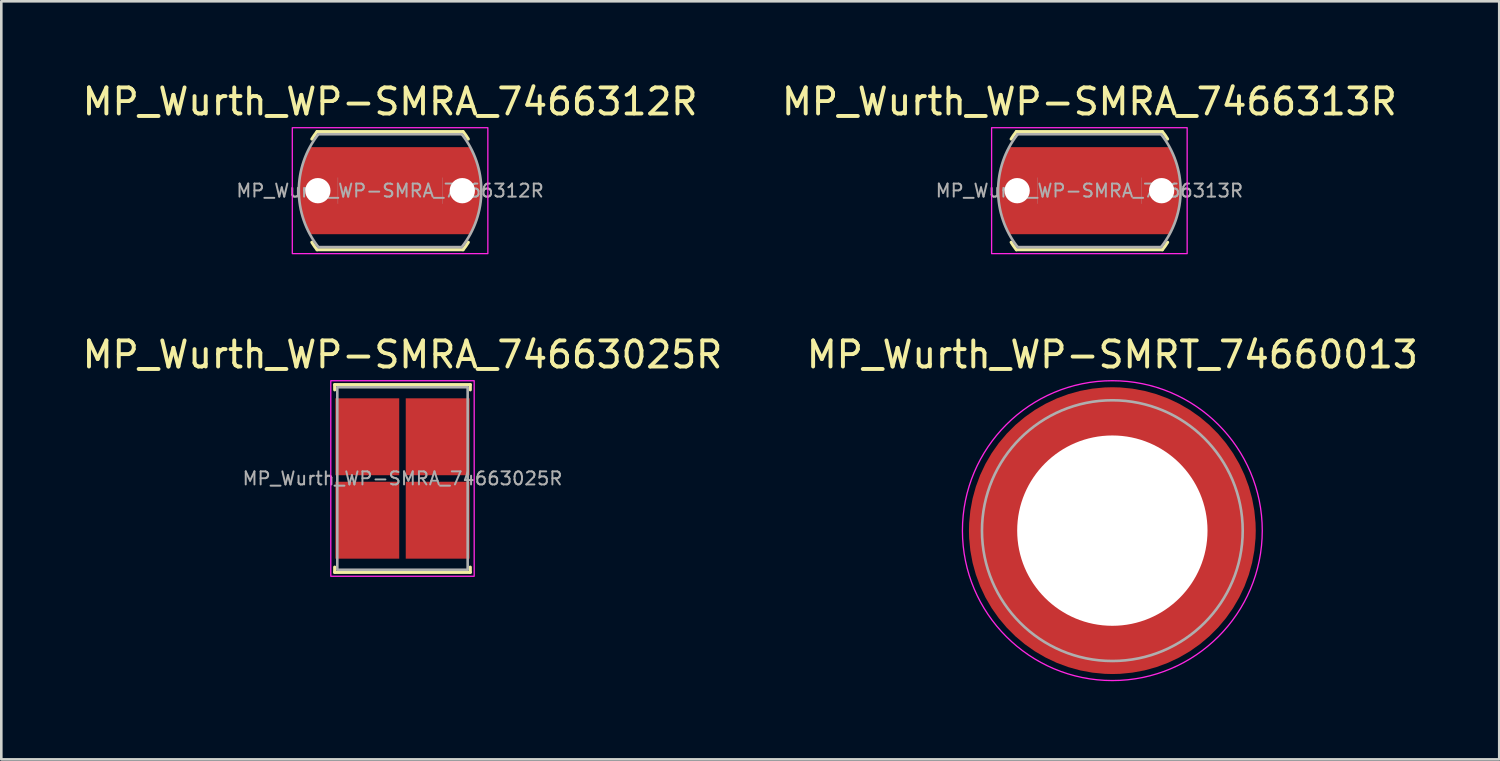
<source format=kicad_pcb>
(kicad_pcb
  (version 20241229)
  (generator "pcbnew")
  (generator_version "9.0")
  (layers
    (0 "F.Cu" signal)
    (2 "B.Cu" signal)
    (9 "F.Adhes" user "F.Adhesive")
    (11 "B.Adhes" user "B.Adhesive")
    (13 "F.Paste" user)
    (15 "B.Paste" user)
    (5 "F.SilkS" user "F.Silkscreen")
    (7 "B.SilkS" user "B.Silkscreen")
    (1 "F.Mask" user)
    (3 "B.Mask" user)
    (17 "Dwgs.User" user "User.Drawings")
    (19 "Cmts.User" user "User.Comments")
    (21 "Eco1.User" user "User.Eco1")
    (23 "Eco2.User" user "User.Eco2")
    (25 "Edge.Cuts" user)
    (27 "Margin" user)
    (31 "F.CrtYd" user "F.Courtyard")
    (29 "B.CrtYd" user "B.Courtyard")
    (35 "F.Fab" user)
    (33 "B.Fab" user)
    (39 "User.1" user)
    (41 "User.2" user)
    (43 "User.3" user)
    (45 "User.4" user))
  (footprint "MP_Wurth_WP-SMRT_74660013"
    (layer "F.Cu")
    (at 39.613 17.302)
    (property "Reference" "MP_Wurth_WP-SMRT_74660013" (at 0 -6.75 0) (unlocked yes) (layer "F.SilkS") (effects (font (size 1 1) (thickness 0.15))))
    (attr smd)
    (fp_poly (pts (xy -5.374 0.495) (xy -3.712 0.495) (xy -3.706 0.54) (xy -3.698 0.587) (xy -3.679 0.701) (xy -3.666 0.761) (xy -3.645 0.859) (xy -3.621 0.955) (xy -3.581 1.094) (xy -3.554 1.179) (xy -3.525 1.264) (xy -3.486 1.367) (xy -3.442 1.474) (xy -3.404 1.559) (xy -3.355 1.665) (xy -3.317 1.739) (xy -3.28 1.807) (xy -3.239 1.881) (xy -3.202 1.943) (xy -3.15 2.025) (xy -3.1 2.1) (xy -3.057 2.164) (xy -3.009 2.228) (xy -3.009 2.228) (xy -2.974 2.277) (xy -2.928 2.336) (xy -2.881 2.392) (xy -2.832 2.451) (xy -2.781 2.507) (xy -2.735 2.559) (xy -2.685 2.61) (xy -2.629 2.665) (xy -2.563 2.731) (xy -2.498 2.789) (xy -2.431 2.849) (xy -2.363 2.905) (xy -2.295 2.96) (xy -2.249 2.994) (xy -2.184 3.042) (xy -2.075 3.118) (xy -2.005 3.162) (xy -2.005 3.162) (xy -1.946 3.201) (xy -1.869 3.245) (xy -1.752 3.31) (xy -1.596 3.386) (xy -1.406 3.472) (xy -1.17 3.557) (xy -0.924 3.63) (xy -0.71 3.677) (xy -0.614 3.694) (xy -0.495 3.712) (xy -0.495 5.381) (xy -0.527 5.38) (xy -0.528 5.38) (xy -0.578 5.374) (xy -0.634 5.367) (xy -0.685 5.361) (xy -0.739 5.354) (xy -0.785 5.348) (xy -0.785 5.348) (xy -0.962 5.318) (xy -0.962 5.318) (xy -1.127 5.286) (xy -1.127 5.286) (xy -1.266 5.254) (xy -1.41 5.218) (xy -1.41 5.218) (xy -1.523 5.186) (xy -1.524 5.186) (xy -1.769 5.107) (xy -1.769 5.107) (xy -1.878 5.068) (xy -1.979 5.03) (xy -1.979 5.03) (xy -2.095 4.983) (xy -2.095 4.983) (xy -2.19 4.94) (xy -2.304 4.891) (xy -2.304 4.89) (xy -2.592 4.743) (xy -2.593 4.743) (xy -2.748 4.652) (xy -2.902 4.559) (xy -2.902 4.559) (xy -3.098 4.43) (xy -3.098 4.43) (xy -3.513 4.104) (xy -3.513 4.104) (xy -3.72 3.923) (xy -3.721 3.922) (xy -4.008 3.627) (xy -4.008 3.627) (xy -4.192 3.411) (xy -4.192 3.411) (xy -4.38 3.172) (xy -4.38 3.172) (xy -4.602 2.839) (xy -4.602 2.838) (xy -4.778 2.531) (xy -4.778 2.531) (xy -4.905 2.271) (xy -4.906 2.271) (xy -5.048 1.942) (xy -5.048 1.942) (xy -5.146 1.662) (xy -5.146 1.661) (xy -5.221 1.405) (xy -5.221 1.405) (xy -5.263 1.233) (xy -5.263 1.233) (xy -5.292 1.1) (xy -5.292 1.1) (xy -5.322 0.945) (xy -5.343 0.834) (xy -5.343 0.834) (xy -5.355 0.725) (xy -5.371 0.616) (xy -5.371 0.615) (xy -5.378 0.537) (xy -5.383 0.49)) (stroke (width 0) (type default)) (fill yes) (layer "F.Paste"))
    (fp_poly (pts (xy -0.495 -5.374) (xy -0.495 -3.712) (xy -0.54 -3.706) (xy -0.587 -3.698) (xy -0.701 -3.679) (xy -0.761 -3.666) (xy -0.859 -3.645) (xy -0.955 -3.621) (xy -1.094 -3.581) (xy -1.179 -3.554) (xy -1.264 -3.525) (xy -1.367 -3.486) (xy -1.474 -3.442) (xy -1.559 -3.404) (xy -1.665 -3.355) (xy -1.739 -3.317) (xy -1.807 -3.28) (xy -1.881 -3.239) (xy -1.943 -3.202) (xy -2.025 -3.15) (xy -2.1 -3.1) (xy -2.164 -3.057) (xy -2.228 -3.009) (xy -2.228 -3.009) (xy -2.277 -2.974) (xy -2.336 -2.928) (xy -2.392 -2.881) (xy -2.451 -2.832) (xy -2.507 -2.781) (xy -2.559 -2.735) (xy -2.61 -2.685) (xy -2.665 -2.629) (xy -2.731 -2.563) (xy -2.789 -2.498) (xy -2.849 -2.431) (xy -2.905 -2.363) (xy -2.96 -2.295) (xy -2.994 -2.249) (xy -3.042 -2.184) (xy -3.118 -2.075) (xy -3.162 -2.005) (xy -3.162 -2.005) (xy -3.201 -1.946) (xy -3.245 -1.869) (xy -3.31 -1.752) (xy -3.386 -1.596) (xy -3.472 -1.406) (xy -3.557 -1.17) (xy -3.63 -0.924) (xy -3.677 -0.71) (xy -3.694 -0.614) (xy -3.712 -0.495) (xy -5.381 -0.495) (xy -5.38 -0.527) (xy -5.38 -0.528) (xy -5.374 -0.578) (xy -5.367 -0.634) (xy -5.361 -0.685) (xy -5.354 -0.739) (xy -5.348 -0.785) (xy -5.348 -0.785) (xy -5.318 -0.962) (xy -5.318 -0.962) (xy -5.286 -1.127) (xy -5.286 -1.127) (xy -5.254 -1.266) (xy -5.218 -1.41) (xy -5.218 -1.41) (xy -5.186 -1.523) (xy -5.186 -1.524) (xy -5.107 -1.769) (xy -5.107 -1.769) (xy -5.068 -1.878) (xy -5.03 -1.979) (xy -5.03 -1.979) (xy -4.983 -2.095) (xy -4.983 -2.095) (xy -4.94 -2.19) (xy -4.891 -2.304) (xy -4.89 -2.304) (xy -4.743 -2.592) (xy -4.743 -2.593) (xy -4.652 -2.748) (xy -4.559 -2.902) (xy -4.559 -2.902) (xy -4.43 -3.098) (xy -4.43 -3.098) (xy -4.104 -3.513) (xy -4.104 -3.513) (xy -3.923 -3.72) (xy -3.922 -3.721) (xy -3.627 -4.008) (xy -3.627 -4.008) (xy -3.411 -4.192) (xy -3.411 -4.192) (xy -3.172 -4.38) (xy -3.172 -4.38) (xy -2.839 -4.602) (xy -2.838 -4.602) (xy -2.531 -4.778) (xy -2.531 -4.778) (xy -2.271 -4.905) (xy -2.271 -4.906) (xy -1.942 -5.048) (xy -1.942 -5.048) (xy -1.662 -5.146) (xy -1.661 -5.146) (xy -1.405 -5.221) (xy -1.405 -5.221) (xy -1.233 -5.263) (xy -1.233 -5.263) (xy -1.1 -5.292) (xy -1.1 -5.292) (xy -0.945 -5.322) (xy -0.834 -5.343) (xy -0.834 -5.343) (xy -0.725 -5.355) (xy -0.616 -5.371) (xy -0.615 -5.371) (xy -0.537 -5.378) (xy -0.49 -5.383)) (stroke (width 0) (type default)) (fill yes) (layer "F.Paste"))
    (fp_poly (pts (xy 0.527 -5.38) (xy 0.528 -5.38) (xy 0.578 -5.374) (xy 0.634 -5.367) (xy 0.685 -5.361) (xy 0.739 -5.354) (xy 0.785 -5.348) (xy 0.785 -5.348) (xy 0.962 -5.318) (xy 0.962 -5.318) (xy 1.127 -5.286) (xy 1.127 -5.286) (xy 1.266 -5.254) (xy 1.41 -5.218) (xy 1.41 -5.218) (xy 1.523 -5.186) (xy 1.524 -5.186) (xy 1.769 -5.107) (xy 1.769 -5.107) (xy 1.878 -5.068) (xy 1.979 -5.03) (xy 1.979 -5.03) (xy 2.095 -4.983) (xy 2.095 -4.983) (xy 2.19 -4.94) (xy 2.304 -4.891) (xy 2.304 -4.89) (xy 2.592 -4.743) (xy 2.593 -4.743) (xy 2.748 -4.652) (xy 2.902 -4.559) (xy 2.902 -4.559) (xy 3.098 -4.43) (xy 3.098 -4.43) (xy 3.513 -4.104) (xy 3.513 -4.104) (xy 3.72 -3.923) (xy 3.721 -3.922) (xy 4.008 -3.627) (xy 4.008 -3.627) (xy 4.192 -3.411) (xy 4.192 -3.411) (xy 4.38 -3.172) (xy 4.38 -3.172) (xy 4.602 -2.839) (xy 4.602 -2.838) (xy 4.778 -2.531) (xy 4.778 -2.531) (xy 4.905 -2.271) (xy 4.906 -2.271) (xy 5.048 -1.942) (xy 5.048 -1.942) (xy 5.146 -1.662) (xy 5.146 -1.661) (xy 5.221 -1.405) (xy 5.221 -1.405) (xy 5.263 -1.233) (xy 5.263 -1.233) (xy 5.292 -1.1) (xy 5.292 -1.1) (xy 5.322 -0.945) (xy 5.343 -0.834) (xy 5.343 -0.834) (xy 5.355 -0.725) (xy 5.371 -0.616) (xy 5.371 -0.615) (xy 5.378 -0.537) (xy 5.383 -0.49) (xy 5.374 -0.495) (xy 3.712 -0.495) (xy 3.706 -0.54) (xy 3.698 -0.587) (xy 3.679 -0.701) (xy 3.666 -0.761) (xy 3.645 -0.859) (xy 3.621 -0.955) (xy 3.581 -1.094) (xy 3.554 -1.179) (xy 3.525 -1.264) (xy 3.486 -1.367) (xy 3.442 -1.474) (xy 3.404 -1.559) (xy 3.355 -1.665) (xy 3.317 -1.739) (xy 3.28 -1.807) (xy 3.239 -1.881) (xy 3.202 -1.943) (xy 3.15 -2.025) (xy 3.1 -2.1) (xy 3.057 -2.164) (xy 3.009 -2.228) (xy 3.009 -2.228) (xy 2.974 -2.277) (xy 2.928 -2.336) (xy 2.881 -2.392) (xy 2.832 -2.451) (xy 2.781 -2.507) (xy 2.735 -2.559) (xy 2.685 -2.61) (xy 2.629 -2.665) (xy 2.563 -2.731) (xy 2.498 -2.789) (xy 2.431 -2.849) (xy 2.363 -2.905) (xy 2.295 -2.96) (xy 2.249 -2.994) (xy 2.184 -3.042) (xy 2.075 -3.118) (xy 2.005 -3.162) (xy 2.005 -3.162) (xy 1.946 -3.201) (xy 1.869 -3.245) (xy 1.752 -3.31) (xy 1.596 -3.386) (xy 1.406 -3.472) (xy 1.17 -3.557) (xy 0.924 -3.63) (xy 0.71 -3.677) (xy 0.614 -3.694) (xy 0.495 -3.712) (xy 0.495 -5.381)) (stroke (width 0) (type default)) (fill yes) (layer "F.Paste"))
    (fp_poly (pts (xy 5.38 0.527) (xy 5.38 0.528) (xy 5.374 0.578) (xy 5.367 0.634) (xy 5.361 0.685) (xy 5.354 0.739) (xy 5.348 0.785) (xy 5.348 0.785) (xy 5.318 0.962) (xy 5.318 0.962) (xy 5.286 1.127) (xy 5.286 1.127) (xy 5.254 1.266) (xy 5.218 1.41) (xy 5.218 1.41) (xy 5.186 1.523) (xy 5.186 1.524) (xy 5.107 1.769) (xy 5.107 1.769) (xy 5.068 1.878) (xy 5.03 1.979) (xy 5.03 1.979) (xy 4.983 2.095) (xy 4.983 2.095) (xy 4.94 2.19) (xy 4.891 2.304) (xy 4.89 2.304) (xy 4.743 2.592) (xy 4.743 2.593) (xy 4.652 2.748) (xy 4.559 2.902) (xy 4.559 2.902) (xy 4.43 3.098) (xy 4.43 3.098) (xy 4.104 3.513) (xy 4.104 3.513) (xy 3.923 3.72) (xy 3.922 3.721) (xy 3.627 4.008) (xy 3.627 4.008) (xy 3.411 4.192) (xy 3.411 4.192) (xy 3.172 4.38) (xy 3.172 4.38) (xy 2.839 4.602) (xy 2.838 4.602) (xy 2.531 4.778) (xy 2.531 4.778) (xy 2.271 4.905) (xy 2.271 4.906) (xy 1.942 5.048) (xy 1.942 5.048) (xy 1.662 5.146) (xy 1.661 5.146) (xy 1.405 5.221) (xy 1.405 5.221) (xy 1.233 5.263) (xy 1.233 5.263) (xy 1.1 5.292) (xy 1.1 5.292) (xy 0.945 5.322) (xy 0.834 5.343) (xy 0.834 5.343) (xy 0.725 5.355) (xy 0.616 5.371) (xy 0.615 5.371) (xy 0.537 5.378) (xy 0.49 5.383) (xy 0.495 5.374) (xy 0.495 3.712) (xy 0.54 3.706) (xy 0.587 3.698) (xy 0.701 3.679) (xy 0.761 3.666) (xy 0.859 3.645) (xy 0.955 3.621) (xy 1.094 3.581) (xy 1.179 3.554) (xy 1.264 3.525) (xy 1.367 3.486) (xy 1.474 3.442) (xy 1.559 3.404) (xy 1.665 3.355) (xy 1.739 3.317) (xy 1.807 3.28) (xy 1.881 3.239) (xy 1.943 3.202) (xy 2.025 3.15) (xy 2.1 3.1) (xy 2.164 3.057) (xy 2.228 3.009) (xy 2.228 3.009) (xy 2.277 2.974) (xy 2.336 2.928) (xy 2.392 2.881) (xy 2.451 2.832) (xy 2.507 2.781) (xy 2.559 2.735) (xy 2.61 2.685) (xy 2.665 2.629) (xy 2.731 2.563) (xy 2.789 2.498) (xy 2.849 2.431) (xy 2.905 2.363) (xy 2.96 2.295) (xy 2.994 2.249) (xy 3.042 2.184) (xy 3.118 2.075) (xy 3.162 2.005) (xy 3.162 2.005) (xy 3.201 1.946) (xy 3.245 1.869) (xy 3.31 1.752) (xy 3.386 1.596) (xy 3.472 1.406) (xy 3.557 1.17) (xy 3.63 0.924) (xy 3.677 0.71) (xy 3.694 0.614) (xy 3.712 0.495) (xy 5.381 0.495)) (stroke (width 0) (type default)) (fill yes) (layer "F.Paste"))
    (fp_circle (center 0 0) (end 5.75 0) (stroke (width 0.05) (type solid)) (fill no) (layer "F.CrtYd"))
    (fp_circle (center 0 0) (end 5 0) (stroke (width 0.1) (type solid)) (fill no) (layer "F.Fab"))
    (pad "" np_thru_hole circle (at 0 0) (size 7.3 7.3) (drill 7.3) (layers "*.Cu" "*.Mask"))
    (pad "1" smd roundrect (at 0 0) (size 11 11) (layers "F.Cu" "F.Mask") (roundrect_rratio 0.5)))
  (footprint "MP_Wurth_WP-SMRA_7466312R"
    (layer "F.Cu")
    (at 11.911 4.263)
    (property "Reference" "MP_Wurth_WP-SMRA_7466312R" (at 0 -3.415 0) (unlocked yes) (layer "F.SilkS") (effects (font (size 1 1) (thickness 0.15))))
    (attr smd)
    (fp_poly (pts (xy 3.249 -1.319) (xy 3.249 -1.318) (xy 3.374 -0.953) (xy 3.374 -0.953) (xy 3.458 -0.577) (xy 3.459 -0.576) (xy 3.501 -0.193) (xy 3.501 -0.193) (xy 3.501 0.193) (xy 3.501 0.193) (xy 3.459 0.576) (xy 3.458 0.577) (xy 3.374 0.953) (xy 3.374 0.953) (xy 3.249 1.318) (xy 3.249 1.319) (xy 3.083 1.67) (xy -3.083 1.67) (xy -3.374 0.953) (xy -3.458 0.577) (xy -3.459 0.576) (xy -3.501 0.193) (xy -3.501 0.193) (xy -3.501 -0.193) (xy -3.501 -0.193) (xy -3.459 -0.576) (xy -3.458 -0.577) (xy -3.374 -0.953) (xy -3.374 -0.953) (xy -3.249 -1.318) (xy -3.249 -1.319) (xy -3.083 -1.67) (xy 3.083 -1.67)) (stroke (width 0) (type default)) (fill yes) (layer "F.Cu"))
    (fp_poly (pts (xy 3.438 -1.091) (xy 3.532 -0.734) (xy 3.532 -0.733) (xy 3.588 -0.369) (xy 3.588 -0.369) (xy 3.607 -0.000256) (xy 3.607 0.000256) (xy 3.588 0.369) (xy 3.588 0.369) (xy 3.532 0.733) (xy 3.532 0.734) (xy 3.438 1.091) (xy 3.438 1.091) (xy 3.309 1.436) (xy 3.308 1.437) (xy 3.143 1.77) (xy -3.143 1.77) (xy -3.438 1.091) (xy -3.532 0.734) (xy -3.532 0.733) (xy -3.588 0.369) (xy -3.588 0.369) (xy -3.607 0.000256) (xy -3.607 -0.000256) (xy -3.588 -0.369) (xy -3.588 -0.369) (xy -3.532 -0.733) (xy -3.532 -0.734) (xy -3.438 -1.091) (xy -3.438 -1.091) (xy -3.309 -1.436) (xy -3.308 -1.437) (xy -3.143 -1.77) (xy 3.143 -1.77)) (stroke (width 0) (type default)) (fill yes) (layer "F.Mask"))
    (fp_line (start -2.8 -2.265) (end 2.795 -2.265) (stroke (width 0.12) (type solid)) (layer "F.SilkS"))
    (fp_line (start -2.8 2.265) (end 2.795 2.265) (stroke (width 0.12) (type solid)) (layer "F.SilkS"))
    (fp_arc (start -3 -1.98) (mid -2.904656 -2.125767) (end -2.8 -2.265) (stroke (width 0.12) (type solid)) (layer "F.SilkS"))
    (fp_arc (start -2.8 2.265) (mid -2.904971 2.125988) (end -3 1.98) (stroke (width 0.12) (type solid)) (layer "F.SilkS"))
    (fp_arc (start 2.8 -2.265) (mid 2.904971 -2.125988) (end 3 -1.98) (stroke (width 0.12) (type solid)) (layer "F.SilkS"))
    (fp_arc (start 3 1.98) (mid 2.904656 2.125767) (end 2.8 2.265) (stroke (width 0.12) (type solid)) (layer "F.SilkS"))
    (fp_poly (pts (xy 3.362 -0.995) (xy 2.005 -0.995) (xy 2.005 -0.495) (xy -2.005 -0.495) (xy -2.005 -0.995) (xy -3.362 -0.995) (xy -3.239 -1.341) (xy -3.239 -1.342) (xy -3.083 -1.67) (xy 3.083 -1.67)) (stroke (width 0) (type default)) (fill yes) (layer "F.Paste"))
    (fp_poly (pts (xy 2.005 0.995) (xy 3.362 0.995) (xy 3.239 1.341) (xy 3.239 1.342) (xy 3.083 1.67) (xy -3.083 1.67) (xy -3.239 1.342) (xy -3.239 1.341) (xy -3.362 0.995) (xy -2.005 0.995) (xy -2.005 0.495) (xy 2.005 0.495)) (stroke (width 0) (type default)) (fill yes) (layer "F.Paste"))
    (fp_rect (start -3.75 -2.415) (end 3.75 2.415) (stroke (width 0.05) (type solid)) (fill no) (layer "F.CrtYd"))
    (fp_line (start -2.75 -2.165) (end 2.75 -2.165) (stroke (width 0.1) (type solid)) (layer "F.Fab"))
    (fp_line (start -2 -0.5) (end -2 0.5) (stroke (width 0.01) (type solid)) (layer "F.Fab"))
    (fp_line (start 2 -0.5) (end 2 0.5) (stroke (width 0.01) (type solid)) (layer "F.Fab"))
    (fp_line (start 2.75 2.165) (end -2.75 2.165) (stroke (width 0.1) (type solid)) (layer "F.Fab"))
    (fp_arc (start -2.75 2.165) (mid -3.499961 0) (end -2.75 -2.165) (stroke (width 0.1) (type solid)) (layer "F.Fab"))
    (fp_arc (start 2.75 -2.165) (mid 3.499961 0) (end 2.75 2.165) (stroke (width 0.1) (type solid)) (layer "F.Fab"))
    (fp_text user "${REFERENCE}" (at 0 0 0) (unlocked yes) (layer "F.Fab") (effects (font (size 0.5 0.5) (thickness 0.075))))
    (pad "" np_thru_hole circle (at -2.77 0) (size 0.97 0.97) (drill 0.97) (layers "*.Cu" "*.Mask"))
    (pad "" np_thru_hole circle (at 2.77 0) (size 0.97 0.97) (drill 0.97) (layers "*.Cu" "*.Mask"))
    (pad "1" smd rect (at 0 0) (size 3 3) (layers "F.Cu")))
  (footprint "MP_Wurth_WP-SMRA_7466313R"
    (layer "F.Cu")
    (at 38.732 4.263)
    (property "Reference" "MP_Wurth_WP-SMRA_7466313R" (at 0 -3.415 0) (unlocked yes) (layer "F.SilkS") (effects (font (size 1 1) (thickness 0.15))))
    (attr smd)
    (fp_poly (pts (xy 3.249 -1.319) (xy 3.249 -1.318) (xy 3.374 -0.953) (xy 3.374 -0.953) (xy 3.458 -0.577) (xy 3.459 -0.576) (xy 3.501 -0.193) (xy 3.501 -0.193) (xy 3.501 0.193) (xy 3.501 0.193) (xy 3.459 0.576) (xy 3.458 0.577) (xy 3.374 0.953) (xy 3.374 0.953) (xy 3.249 1.318) (xy 3.249 1.319) (xy 3.083 1.67) (xy -3.083 1.67) (xy -3.374 0.953) (xy -3.458 0.577) (xy -3.459 0.576) (xy -3.501 0.193) (xy -3.501 0.193) (xy -3.501 -0.193) (xy -3.501 -0.193) (xy -3.459 -0.576) (xy -3.458 -0.577) (xy -3.374 -0.953) (xy -3.374 -0.953) (xy -3.249 -1.318) (xy -3.249 -1.319) (xy -3.083 -1.67) (xy 3.083 -1.67)) (stroke (width 0) (type default)) (fill yes) (layer "F.Cu"))
    (fp_poly (pts (xy 3.438 -1.091) (xy 3.532 -0.734) (xy 3.532 -0.733) (xy 3.588 -0.369) (xy 3.588 -0.369) (xy 3.607 -0.000256) (xy 3.607 0.000256) (xy 3.588 0.369) (xy 3.588 0.369) (xy 3.532 0.733) (xy 3.532 0.734) (xy 3.438 1.091) (xy 3.438 1.091) (xy 3.309 1.436) (xy 3.308 1.437) (xy 3.143 1.77) (xy -3.143 1.77) (xy -3.438 1.091) (xy -3.532 0.734) (xy -3.532 0.733) (xy -3.588 0.369) (xy -3.588 0.369) (xy -3.607 0.000256) (xy -3.607 -0.000256) (xy -3.588 -0.369) (xy -3.588 -0.369) (xy -3.532 -0.733) (xy -3.532 -0.734) (xy -3.438 -1.091) (xy -3.438 -1.091) (xy -3.309 -1.436) (xy -3.308 -1.437) (xy -3.143 -1.77) (xy 3.143 -1.77)) (stroke (width 0) (type default)) (fill yes) (layer "F.Mask"))
    (fp_line (start -2.8 -2.265) (end 2.795 -2.265) (stroke (width 0.12) (type solid)) (layer "F.SilkS"))
    (fp_line (start -2.8 2.265) (end 2.795 2.265) (stroke (width 0.12) (type solid)) (layer "F.SilkS"))
    (fp_arc (start -3 -1.98) (mid -2.904656 -2.125767) (end -2.8 -2.265) (stroke (width 0.12) (type solid)) (layer "F.SilkS"))
    (fp_arc (start -2.8 2.265) (mid -2.904971 2.125988) (end -3 1.98) (stroke (width 0.12) (type solid)) (layer "F.SilkS"))
    (fp_arc (start 2.8 -2.265) (mid 2.904971 -2.125988) (end 3 -1.98) (stroke (width 0.12) (type solid)) (layer "F.SilkS"))
    (fp_arc (start 3 1.98) (mid 2.904656 2.125767) (end 2.8 2.265) (stroke (width 0.12) (type solid)) (layer "F.SilkS"))
    (fp_poly (pts (xy 3.362 -0.995) (xy 2.005 -0.995) (xy 2.005 -0.495) (xy -2.005 -0.495) (xy -2.005 -0.995) (xy -3.362 -0.995) (xy -3.239 -1.341) (xy -3.239 -1.342) (xy -3.083 -1.67) (xy 3.083 -1.67)) (stroke (width 0) (type default)) (fill yes) (layer "F.Paste"))
    (fp_poly (pts (xy 2.005 0.995) (xy 3.362 0.995) (xy 3.239 1.341) (xy 3.239 1.342) (xy 3.083 1.67) (xy -3.083 1.67) (xy -3.239 1.342) (xy -3.239 1.341) (xy -3.362 0.995) (xy -2.005 0.995) (xy -2.005 0.495) (xy 2.005 0.495)) (stroke (width 0) (type default)) (fill yes) (layer "F.Paste"))
    (fp_rect (start -3.75 -2.415) (end 3.75 2.415) (stroke (width 0.05) (type solid)) (fill no) (layer "F.CrtYd"))
    (fp_line (start -2.75 -2.165) (end 2.75 -2.165) (stroke (width 0.1) (type solid)) (layer "F.Fab"))
    (fp_line (start -2 -0.5) (end -2 0.5) (stroke (width 0.01) (type solid)) (layer "F.Fab"))
    (fp_line (start 2 -0.5) (end 2 0.5) (stroke (width 0.01) (type solid)) (layer "F.Fab"))
    (fp_line (start 2.75 2.165) (end -2.75 2.165) (stroke (width 0.1) (type solid)) (layer "F.Fab"))
    (fp_arc (start -2.75 2.165) (mid -3.499961 0) (end -2.75 -2.165) (stroke (width 0.1) (type solid)) (layer "F.Fab"))
    (fp_arc (start 2.75 -2.165) (mid 3.499961 0) (end 2.75 2.165) (stroke (width 0.1) (type solid)) (layer "F.Fab"))
    (fp_text user "${REFERENCE}" (at 0 0 0) (unlocked yes) (layer "F.Fab") (effects (font (size 0.5 0.5) (thickness 0.075))))
    (pad "" np_thru_hole circle (at -2.77 0) (size 0.97 0.97) (drill 0.97) (layers "*.Cu" "*.Mask"))
    (pad "" np_thru_hole circle (at 2.77 0) (size 0.97 0.97) (drill 0.97) (layers "*.Cu" "*.Mask"))
    (pad "1" smd rect (at 0 0) (size 3 3) (layers "F.Cu")))
  (footprint "MP_Wurth_WP-SMRA_74663025R"
    (layer "F.Cu")
    (at 12.387 15.302)
    (property "Reference" "MP_Wurth_WP-SMRA_74663025R" (at 0 -4.75 0) (unlocked yes) (layer "F.SilkS") (effects (font (size 1 1) (thickness 0.15))))
    (attr smd)
    (fp_line (start -2.6 -3.6) (end -2.6 -3.4) (stroke (width 0.12) (type solid)) (layer "F.SilkS"))
    (fp_line (start -2.6 3.4) (end -2.6 3.6) (stroke (width 0.12) (type solid)) (layer "F.SilkS"))
    (fp_line (start -2.6 3.6) (end 2.6 3.6) (stroke (width 0.12) (type solid)) (layer "F.SilkS"))
    (fp_line (start 2.6 -3.6) (end -2.6 -3.6) (stroke (width 0.12) (type solid)) (layer "F.SilkS"))
    (fp_line (start 2.6 -3.4) (end 2.6 -3.6) (stroke (width 0.12) (type solid)) (layer "F.SilkS"))
    (fp_line (start 2.6 3.6) (end 2.6 3.4) (stroke (width 0.12) (type solid)) (layer "F.SilkS"))
    (fp_poly (pts (xy -2.475 -0.225) (xy -0.223 -0.225) (xy -0.223 -2.975) (xy -2.475 -2.975)) (stroke (width 0) (type default)) (fill yes) (layer "F.Paste"))
    (fp_poly (pts (xy -2.475 2.975) (xy -0.223 2.975) (xy -0.223 0.225) (xy -2.475 0.225)) (stroke (width 0) (type default)) (fill yes) (layer "F.Paste"))
    (fp_poly (pts (xy 0.225 -0.225) (xy 2.478 -0.225) (xy 2.478 -2.975) (xy 0.225 -2.975)) (stroke (width 0) (type default)) (fill yes) (layer "F.Paste"))
    (fp_poly (pts (xy 0.225 2.975) (xy 2.478 2.975) (xy 2.478 0.225) (xy 0.225 0.225)) (stroke (width 0) (type default)) (fill yes) (layer "F.Paste"))
    (fp_rect (start -2.75 -3.75) (end 2.75 3.75) (stroke (width 0.05) (type solid)) (fill no) (layer "F.CrtYd"))
    (fp_rect (start -2.5 -3.5) (end 2.5 3.5) (stroke (width 0.1) (type solid)) (fill no) (layer "F.Fab"))
    (fp_text user "${REFERENCE}" (at 0 0 0) (unlocked yes) (layer "F.Fab") (effects (font (size 0.5 0.5) (thickness 0.075))))
    (pad "1" smd rect (at -1.35 -1.6 90) (size 2.95 2.45) (layers "F.Cu" "F.Mask"))
    (pad "1" smd rect (at -1.35 1.6 90) (size 2.95 2.45) (layers "F.Cu" "F.Mask"))
    (pad "1" smd rect (at 1.35 -1.6 90) (size 2.95 2.45) (layers "F.Cu" "F.Mask"))
    (pad "1" smd rect (at 1.35 1.6 90) (size 2.95 2.45) (layers "F.Cu" "F.Mask")))
  (gr_rect
    (start -3 -3)
    (end 54.452 26.076)
    (stroke (width 0.1) (type default))
    (fill no)
    (layer "Edge.Cuts")))
</source>
